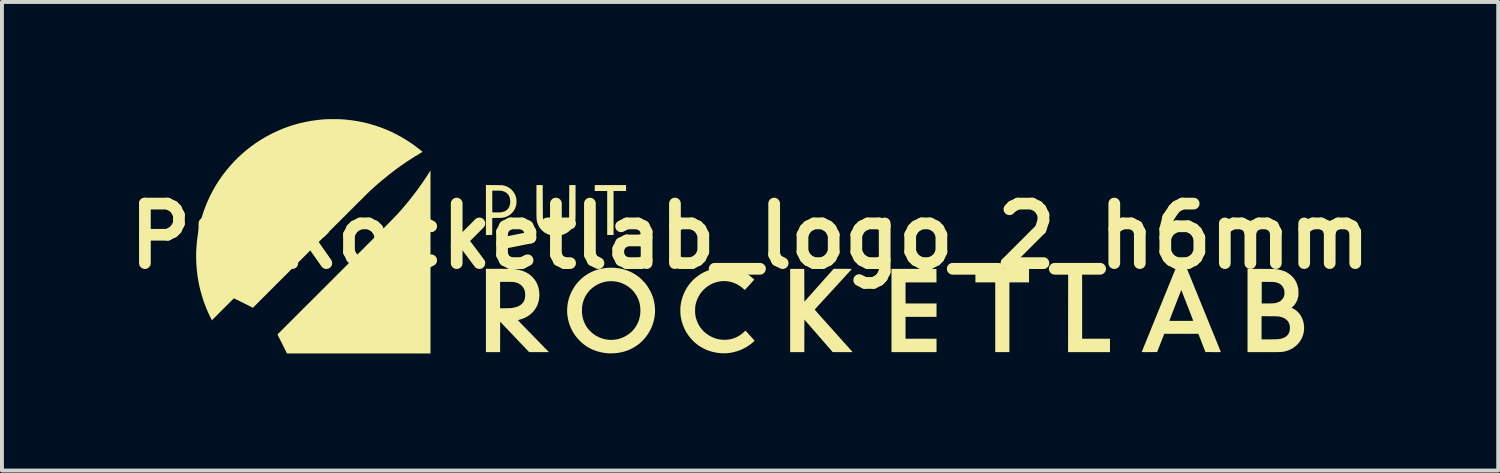
<source format=kicad_pcb>
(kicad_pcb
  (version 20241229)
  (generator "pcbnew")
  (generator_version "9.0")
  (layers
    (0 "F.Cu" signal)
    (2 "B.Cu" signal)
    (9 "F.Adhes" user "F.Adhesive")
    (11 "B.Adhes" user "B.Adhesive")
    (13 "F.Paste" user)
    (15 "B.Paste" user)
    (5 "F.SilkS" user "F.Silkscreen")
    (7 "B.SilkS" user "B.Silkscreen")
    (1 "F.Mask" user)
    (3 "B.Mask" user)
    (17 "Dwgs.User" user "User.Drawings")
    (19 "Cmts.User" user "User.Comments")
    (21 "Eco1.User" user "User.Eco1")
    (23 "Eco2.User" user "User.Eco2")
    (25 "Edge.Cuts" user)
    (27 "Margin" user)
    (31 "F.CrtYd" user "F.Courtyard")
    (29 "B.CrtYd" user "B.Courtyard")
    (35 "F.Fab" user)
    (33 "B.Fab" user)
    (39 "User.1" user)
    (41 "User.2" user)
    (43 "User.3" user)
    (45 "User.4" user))
  (footprint "PutRocketlab_logo_2_h6mm"
    (layer "F.Cu")
    (at 16.154 2.997)
    (property "Reference" "PutRocketlab_logo_2_h6mm" (at 0 0 0) (layer "F.SilkS") (effects (font (size 1.524 1.524) (thickness 0.3))))
    (attr board_only exclude_from_pos_files exclude_from_bom)
    (fp_poly (pts (xy 8.502 2.625) (xy 9.215 2.625) (xy 9.215 2.968) (xy 8.142 2.968) (xy 8.144 0.838) (xy 8.323 0.837) (xy 8.502 0.836)) (stroke (width 0) (type solid)) (fill yes) (layer "F.SilkS"))
    (fp_poly (pts (xy 7.143 1.183) (xy 6.64 1.183) (xy 6.64 2.968) (xy 6.277 2.968) (xy 6.277 1.183) (xy 5.77 1.183) (xy 5.77 0.836) (xy 7.143 0.836)) (stroke (width 0) (type solid)) (fill yes) (layer "F.SilkS"))
    (fp_poly (pts (xy -3.175 -1.156) (xy -3.495 -1.156) (xy -3.495 -0.03) (xy -3.658 -0.03) (xy -3.658 -1.156) (xy -3.978 -1.156) (xy -3.977 -1.232) (xy -3.976 -1.308) (xy -3.576 -1.308) (xy -3.175 -1.309)) (stroke (width 0) (type solid)) (fill yes) (layer "F.SilkS"))
    (fp_poly (pts (xy 4.197 0.837) (xy 4.772 0.838) (xy 4.773 1.01) (xy 4.774 1.183) (xy 3.981 1.183) (xy 3.981 1.722) (xy 4.774 1.722) (xy 4.774 2.066) (xy 3.981 2.066) (xy 3.981 2.625) (xy 4.774 2.625) (xy 4.774 2.968) (xy 3.621 2.968) (xy 3.621 0.836)) (stroke (width 0) (type solid)) (fill yes) (layer "F.SilkS"))
    (fp_poly (pts (xy -8.182 3.002) (xy -11.857 3.002) (xy -11.978 2.759) (xy -12.1 2.516) (xy -10.639 1.056) (xy -10.537 0.954) (xy -10.439 0.856) (xy -10.346 0.763) (xy -10.258 0.674) (xy -10.173 0.59) (xy -10.093 0.51) (xy -10.017 0.433) (xy -9.944 0.361) (xy -9.876 0.292) (xy -9.811 0.227) (xy -9.749 0.166) (xy -9.691 0.108) (xy -9.637 0.053) (xy -9.586 0.002) (xy -9.537 -0.047) (xy -9.492 -0.092) (xy -9.45 -0.135) (xy -9.41 -0.174) (xy -9.373 -0.212) (xy -9.339 -0.246) (xy -9.306 -0.279) (xy -9.277 -0.309) (xy -9.249 -0.337) (xy -9.224 -0.363) (xy -9.2 -0.387) (xy -9.178 -0.409) (xy -9.158 -0.429) (xy -9.14 -0.448) (xy -9.123 -0.466) (xy -9.107 -0.482) (xy -9.093 -0.497) (xy -9.08 -0.51) (xy -9.068 -0.523) (xy -9.056 -0.535) (xy -9.046 -0.546) (xy -9.036 -0.557) (xy -9.027 -0.567) (xy -9.018 -0.576) (xy -9.011 -0.584) (xy -8.915 -0.692) (xy -8.819 -0.804) (xy -8.724 -0.92) (xy -8.631 -1.038) (xy -8.54 -1.158) (xy -8.452 -1.278) (xy -8.368 -1.398) (xy -8.288 -1.517) (xy -8.22 -1.624) (xy -8.182 -1.684)) (stroke (width 0) (type solid)) (fill yes) (layer "F.SilkS"))
    (fp_poly (pts (xy -6.557 -1.308) (xy -6.513 -1.308) (xy -6.475 -1.308) (xy -6.442 -1.307) (xy -6.414 -1.307) (xy -6.39 -1.306) (xy -6.37 -1.306) (xy -6.353 -1.304) (xy -6.339 -1.303) (xy -6.326 -1.302) (xy -6.315 -1.3) (xy -6.304 -1.297) (xy -6.293 -1.295) (xy -6.282 -1.291) (xy -6.27 -1.287) (xy -6.27 -1.287) (xy -6.222 -1.269) (xy -6.177 -1.245) (xy -6.136 -1.216) (xy -6.099 -1.182) (xy -6.066 -1.144) (xy -6.037 -1.102) (xy -6.014 -1.057) (xy -5.996 -1.008) (xy -5.985 -0.961) (xy -5.982 -0.937) (xy -5.98 -0.908) (xy -5.98 -0.878) (xy -5.981 -0.848) (xy -5.984 -0.822) (xy -5.985 -0.811) (xy -5.997 -0.761) (xy -6.015 -0.713) (xy -6.039 -0.669) (xy -6.067 -0.627) (xy -6.101 -0.59) (xy -6.138 -0.556) (xy -6.179 -0.528) (xy -6.223 -0.505) (xy -6.265 -0.489) (xy -6.281 -0.484) (xy -6.294 -0.48) (xy -6.307 -0.477) (xy -6.319 -0.474) (xy -6.333 -0.472) (xy -6.347 -0.471) (xy -6.365 -0.47) (xy -6.385 -0.469) (xy -6.41 -0.468) (xy -6.44 -0.468) (xy -6.471 -0.467) (xy -6.6 -0.466) (xy -6.602 -0.032) (xy -6.682 -0.031) (xy -6.763 -0.03) (xy -6.763 -0.61) (xy -6.6 -0.61) (xy -6.521 -0.609) (xy -6.487 -0.609) (xy -6.459 -0.608) (xy -6.435 -0.609) (xy -6.415 -0.609) (xy -6.399 -0.61) (xy -6.384 -0.612) (xy -6.37 -0.614) (xy -6.355 -0.616) (xy -6.352 -0.617) (xy -6.312 -0.627) (xy -6.276 -0.641) (xy -6.246 -0.658) (xy -6.218 -0.68) (xy -6.208 -0.691) (xy -6.19 -0.711) (xy -6.177 -0.732) (xy -6.166 -0.755) (xy -6.157 -0.778) (xy -6.147 -0.816) (xy -6.142 -0.856) (xy -6.141 -0.897) (xy -6.145 -0.939) (xy -6.152 -0.978) (xy -6.164 -1.015) (xy -6.178 -1.043) (xy -6.189 -1.06) (xy -6.205 -1.078) (xy -6.223 -1.096) (xy -6.243 -1.112) (xy -6.261 -1.125) (xy -6.27 -1.13) (xy -6.289 -1.139) (xy -6.308 -1.146) (xy -6.326 -1.152) (xy -6.346 -1.157) (xy -6.367 -1.161) (xy -6.391 -1.163) (xy -6.419 -1.165) (xy -6.452 -1.166) (xy -6.49 -1.166) (xy -6.499 -1.166) (xy -6.6 -1.166) (xy -6.6 -0.61) (xy -6.763 -0.61) (xy -6.763 -1.31)) (stroke (width 0) (type solid)) (fill yes) (layer "F.SilkS"))
    (fp_poly (pts (xy 1.207 0.837) (xy 1.388 0.838) (xy 1.389 1.257) (xy 1.391 1.677) (xy 1.765 1.256) (xy 2.14 0.836) (xy 2.373 0.836) (xy 2.419 0.836) (xy 2.458 0.836) (xy 2.492 0.836) (xy 2.52 0.837) (xy 2.543 0.837) (xy 2.562 0.837) (xy 2.577 0.837) (xy 2.588 0.838) (xy 2.596 0.838) (xy 2.601 0.839) (xy 2.603 0.84) (xy 2.604 0.841) (xy 2.604 0.841) (xy 2.602 0.844) (xy 2.595 0.851) (xy 2.584 0.863) (xy 2.57 0.88) (xy 2.551 0.9) (xy 2.53 0.924) (xy 2.504 0.951) (xy 2.476 0.982) (xy 2.445 1.016) (xy 2.412 1.053) (xy 2.376 1.092) (xy 2.338 1.133) (xy 2.298 1.177) (xy 2.256 1.223) (xy 2.212 1.27) (xy 2.167 1.319) (xy 2.132 1.358) (xy 2.086 1.408) (xy 2.041 1.457) (xy 1.998 1.504) (xy 1.956 1.549) (xy 1.916 1.593) (xy 1.879 1.634) (xy 1.843 1.673) (xy 1.81 1.709) (xy 1.779 1.742) (xy 1.752 1.772) (xy 1.727 1.799) (xy 1.706 1.822) (xy 1.688 1.841) (xy 1.674 1.857) (xy 1.664 1.868) (xy 1.658 1.874) (xy 1.656 1.876) (xy 1.656 1.877) (xy 1.657 1.879) (xy 1.659 1.883) (xy 1.663 1.887) (xy 1.667 1.894) (xy 1.674 1.901) (xy 1.682 1.911) (xy 1.692 1.923) (xy 1.705 1.937) (xy 1.719 1.954) (xy 1.736 1.974) (xy 1.756 1.996) (xy 1.778 2.021) (xy 1.804 2.05) (xy 1.833 2.082) (xy 1.864 2.118) (xy 1.9 2.157) (xy 1.939 2.201) (xy 1.981 2.248) (xy 2.028 2.3) (xy 2.079 2.357) (xy 2.134 2.418) (xy 2.139 2.424) (xy 2.185 2.475) (xy 2.23 2.525) (xy 2.274 2.574) (xy 2.316 2.621) (xy 2.356 2.666) (xy 2.394 2.708) (xy 2.43 2.748) (xy 2.464 2.786) (xy 2.495 2.821) (xy 2.523 2.852) (xy 2.548 2.88) (xy 2.57 2.905) (xy 2.589 2.926) (xy 2.604 2.943) (xy 2.615 2.955) (xy 2.622 2.963) (xy 2.625 2.967) (xy 2.625 2.967) (xy 2.622 2.967) (xy 2.613 2.967) (xy 2.598 2.968) (xy 2.577 2.968) (xy 2.553 2.968) (xy 2.524 2.968) (xy 2.491 2.968) (xy 2.456 2.968) (xy 2.417 2.968) (xy 2.377 2.968) (xy 2.371 2.968) (xy 2.117 2.968) (xy 1.754 2.552) (xy 1.391 2.136) (xy 1.389 2.968) (xy 1.026 2.968) (xy 1.026 0.836)) (stroke (width 0) (type solid)) (fill yes) (layer "F.SilkS"))
    (fp_poly (pts (xy -6.452 0.836) (xy -6.389 0.836) (xy -6.333 0.836) (xy -6.282 0.837) (xy -6.236 0.837) (xy -6.196 0.837) (xy -6.16 0.838) (xy -6.128 0.839) (xy -6.1 0.839) (xy -6.075 0.84) (xy -6.053 0.841) (xy -6.033 0.843) (xy -6.016 0.844) (xy -6 0.846) (xy -5.986 0.848) (xy -5.974 0.85) (xy -5.903 0.864) (xy -5.836 0.884) (xy -5.773 0.908) (xy -5.714 0.938) (xy -5.659 0.972) (xy -5.609 1.011) (xy -5.564 1.054) (xy -5.523 1.102) (xy -5.487 1.155) (xy -5.461 1.201) (xy -5.437 1.256) (xy -5.419 1.314) (xy -5.405 1.375) (xy -5.397 1.437) (xy -5.394 1.501) (xy -5.397 1.565) (xy -5.405 1.628) (xy -5.409 1.647) (xy -5.419 1.689) (xy -5.432 1.729) (xy -5.448 1.769) (xy -5.457 1.789) (xy -5.488 1.846) (xy -5.524 1.898) (xy -5.565 1.947) (xy -5.611 1.99) (xy -5.662 2.03) (xy -5.716 2.064) (xy -5.775 2.094) (xy -5.838 2.119) (xy -5.895 2.135) (xy -5.912 2.14) (xy -5.927 2.144) (xy -5.938 2.147) (xy -5.944 2.149) (xy -5.946 2.15) (xy -5.943 2.152) (xy -5.937 2.159) (xy -5.926 2.17) (xy -5.912 2.185) (xy -5.894 2.204) (xy -5.873 2.226) (xy -5.849 2.251) (xy -5.822 2.279) (xy -5.793 2.309) (xy -5.761 2.341) (xy -5.728 2.375) (xy -5.694 2.411) (xy -5.658 2.448) (xy -5.621 2.485) (xy -5.583 2.524) (xy -5.546 2.563) (xy -5.507 2.602) (xy -5.47 2.641) (xy -5.432 2.679) (xy -5.395 2.717) (xy -5.36 2.754) (xy -5.325 2.789) (xy -5.293 2.822) (xy -5.262 2.854) (xy -5.233 2.883) (xy -5.206 2.91) (xy -5.183 2.934) (xy -5.181 2.936) (xy -5.149 2.968) (xy -5.657 2.968) (xy -6.398 2.189) (xy -6.4 2.968) (xy -6.763 2.968) (xy -6.763 1.169) (xy -6.4 1.169) (xy -6.4 1.846) (xy -6.266 1.845) (xy -6.235 1.844) (xy -6.206 1.844) (xy -6.179 1.843) (xy -6.155 1.842) (xy -6.134 1.841) (xy -6.118 1.84) (xy -6.108 1.84) (xy -6.107 1.839) (xy -6.052 1.83) (xy -6.002 1.818) (xy -5.958 1.804) (xy -5.919 1.787) (xy -5.885 1.767) (xy -5.855 1.744) (xy -5.835 1.725) (xy -5.81 1.695) (xy -5.79 1.663) (xy -5.775 1.628) (xy -5.765 1.59) (xy -5.759 1.548) (xy -5.757 1.505) (xy -5.76 1.455) (xy -5.767 1.41) (xy -5.78 1.368) (xy -5.798 1.33) (xy -5.822 1.296) (xy -5.837 1.279) (xy -5.869 1.248) (xy -5.904 1.224) (xy -5.943 1.203) (xy -5.986 1.188) (xy -6.034 1.177) (xy -6.049 1.174) (xy -6.058 1.173) (xy -6.07 1.172) (xy -6.084 1.171) (xy -6.102 1.171) (xy -6.123 1.17) (xy -6.148 1.17) (xy -6.179 1.17) (xy -6.215 1.169) (xy -6.241 1.169) (xy -6.4 1.169) (xy -6.763 1.169) (xy -6.763 0.836)) (stroke (width 0) (type solid)) (fill yes) (layer "F.SilkS"))
    (fp_poly (pts (xy -10.666 -2.997) (xy -10.622 -2.997) (xy -10.584 -2.996) (xy -10.55 -2.996) (xy -10.52 -2.995) (xy -10.491 -2.994) (xy -10.464 -2.993) (xy -10.437 -2.991) (xy -10.409 -2.989) (xy -10.378 -2.987) (xy -10.344 -2.984) (xy -10.338 -2.983) (xy -10.187 -2.966) (xy -10.037 -2.942) (xy -9.888 -2.912) (xy -9.741 -2.875) (xy -9.596 -2.832) (xy -9.453 -2.783) (xy -9.312 -2.728) (xy -9.174 -2.667) (xy -9.039 -2.599) (xy -8.906 -2.526) (xy -8.776 -2.447) (xy -8.65 -2.363) (xy -8.569 -2.304) (xy -8.537 -2.28) (xy -8.505 -2.256) (xy -8.475 -2.233) (xy -8.447 -2.21) (xy -8.423 -2.19) (xy -8.406 -2.176) (xy -8.385 -2.158) (xy -8.428 -2.133) (xy -8.598 -2.03) (xy -8.767 -1.922) (xy -8.933 -1.808) (xy -9.098 -1.688) (xy -9.261 -1.562) (xy -9.423 -1.43) (xy -9.584 -1.292) (xy -9.72 -1.17) (xy -9.726 -1.164) (xy -9.736 -1.154) (xy -9.751 -1.139) (xy -9.771 -1.12) (xy -9.794 -1.097) (xy -9.822 -1.07) (xy -9.853 -1.039) (xy -9.888 -1.004) (xy -9.927 -0.965) (xy -9.969 -0.923) (xy -10.015 -0.878) (xy -10.064 -0.829) (xy -10.116 -0.777) (xy -10.171 -0.722) (xy -10.229 -0.665) (xy -10.29 -0.604) (xy -10.353 -0.541) (xy -10.418 -0.476) (xy -10.486 -0.408) (xy -10.556 -0.338) (xy -10.629 -0.266) (xy -10.703 -0.192) (xy -10.778 -0.117) (xy -10.856 -0.039) (xy -10.935 0.04) (xy -11.015 0.12) (xy -11.097 0.201) (xy -11.179 0.284) (xy -11.256 0.361) (xy -12.729 1.833) (xy -12.972 1.711) (xy -13.215 1.59) (xy -13.497 1.871) (xy -13.779 2.153) (xy -13.794 2.123) (xy -13.839 2.033) (xy -13.883 1.937) (xy -13.925 1.838) (xy -13.964 1.736) (xy -14.001 1.633) (xy -14.01 1.604) (xy -14.054 1.459) (xy -14.092 1.312) (xy -14.123 1.165) (xy -14.147 1.017) (xy -14.165 0.867) (xy -14.177 0.718) (xy -14.182 0.568) (xy -14.182 0.419) (xy -14.174 0.27) (xy -14.161 0.121) (xy -14.141 -0.028) (xy -14.115 -0.175) (xy -14.082 -0.321) (xy -14.044 -0.466) (xy -13.999 -0.609) (xy -13.948 -0.75) (xy -13.891 -0.89) (xy -13.827 -1.027) (xy -13.758 -1.162) (xy -13.751 -1.175) (xy -13.676 -1.305) (xy -13.595 -1.432) (xy -13.509 -1.555) (xy -13.417 -1.675) (xy -13.32 -1.791) (xy -13.219 -1.902) (xy -13.113 -2.01) (xy -13.002 -2.112) (xy -12.888 -2.21) (xy -12.769 -2.302) (xy -12.76 -2.309) (xy -12.635 -2.398) (xy -12.507 -2.48) (xy -12.375 -2.557) (xy -12.241 -2.628) (xy -12.104 -2.693) (xy -11.965 -2.752) (xy -11.823 -2.804) (xy -11.679 -2.851) (xy -11.533 -2.891) (xy -11.385 -2.925) (xy -11.235 -2.953) (xy -11.084 -2.974) (xy -10.998 -2.983) (xy -10.963 -2.986) (xy -10.931 -2.989) (xy -10.902 -2.991) (xy -10.874 -2.993) (xy -10.846 -2.994) (xy -10.817 -2.995) (xy -10.786 -2.996) (xy -10.752 -2.996) (xy -10.714 -2.997) (xy -10.67 -2.997)) (stroke (width 0) (type solid)) (fill yes) (layer "F.SilkS"))
    (fp_poly (pts (xy -4.468 -0.881) (xy -4.468 -0.817) (xy -4.468 -0.76) (xy -4.468 -0.709) (xy -4.468 -0.663) (xy -4.468 -0.623) (xy -4.468 -0.587) (xy -4.468 -0.556) (xy -4.468 -0.529) (xy -4.469 -0.506) (xy -4.469 -0.486) (xy -4.469 -0.47) (xy -4.47 -0.456) (xy -4.47 -0.444) (xy -4.471 -0.435) (xy -4.472 -0.427) (xy -4.472 -0.421) (xy -4.473 -0.418) (xy -4.484 -0.362) (xy -4.501 -0.31) (xy -4.524 -0.261) (xy -4.552 -0.215) (xy -4.585 -0.174) (xy -4.622 -0.136) (xy -4.664 -0.103) (xy -4.71 -0.074) (xy -4.76 -0.051) (xy -4.813 -0.032) (xy -4.87 -0.019) (xy -4.906 -0.013) (xy -4.934 -0.011) (xy -4.967 -0.01) (xy -5 -0.011) (xy -5.031 -0.013) (xy -5.048 -0.015) (xy -5.106 -0.026) (xy -5.161 -0.044) (xy -5.214 -0.067) (xy -5.264 -0.096) (xy -5.281 -0.109) (xy -5.301 -0.125) (xy -5.321 -0.144) (xy -5.342 -0.165) (xy -5.36 -0.185) (xy -5.376 -0.203) (xy -5.386 -0.217) (xy -5.414 -0.265) (xy -5.437 -0.316) (xy -5.454 -0.369) (xy -5.459 -0.391) (xy -5.46 -0.4) (xy -5.462 -0.41) (xy -5.463 -0.42) (xy -5.465 -0.431) (xy -5.466 -0.444) (xy -5.467 -0.459) (xy -5.467 -0.477) (xy -5.468 -0.497) (xy -5.469 -0.52) (xy -5.469 -0.546) (xy -5.469 -0.577) (xy -5.47 -0.611) (xy -5.47 -0.65) (xy -5.47 -0.694) (xy -5.47 -0.744) (xy -5.47 -0.798) (xy -5.47 -0.859) (xy -5.47 -0.906) (xy -5.469 -1.308) (xy -5.309 -1.308) (xy -5.307 -0.886) (xy -5.307 -0.824) (xy -5.307 -0.768) (xy -5.306 -0.718) (xy -5.306 -0.674) (xy -5.306 -0.635) (xy -5.305 -0.6) (xy -5.305 -0.571) (xy -5.305 -0.545) (xy -5.305 -0.523) (xy -5.304 -0.505) (xy -5.304 -0.49) (xy -5.303 -0.477) (xy -5.303 -0.467) (xy -5.302 -0.459) (xy -5.302 -0.453) (xy -5.301 -0.448) (xy -5.3 -0.443) (xy -5.3 -0.442) (xy -5.29 -0.405) (xy -5.279 -0.373) (xy -5.267 -0.345) (xy -5.253 -0.319) (xy -5.243 -0.303) (xy -5.216 -0.267) (xy -5.184 -0.235) (xy -5.149 -0.21) (xy -5.109 -0.189) (xy -5.066 -0.174) (xy -5.046 -0.17) (xy -5.022 -0.166) (xy -4.994 -0.164) (xy -4.964 -0.163) (xy -4.935 -0.164) (xy -4.909 -0.167) (xy -4.897 -0.168) (xy -4.852 -0.18) (xy -4.811 -0.197) (xy -4.773 -0.22) (xy -4.74 -0.248) (xy -4.71 -0.281) (xy -4.684 -0.319) (xy -4.663 -0.362) (xy -4.647 -0.409) (xy -4.64 -0.435) (xy -4.639 -0.439) (xy -4.638 -0.444) (xy -4.637 -0.449) (xy -4.636 -0.454) (xy -4.636 -0.461) (xy -4.635 -0.469) (xy -4.635 -0.479) (xy -4.634 -0.492) (xy -4.634 -0.507) (xy -4.633 -0.525) (xy -4.633 -0.546) (xy -4.633 -0.571) (xy -4.632 -0.599) (xy -4.632 -0.633) (xy -4.632 -0.671) (xy -4.632 -0.714) (xy -4.632 -0.763) (xy -4.631 -0.818) (xy -4.631 -0.879) (xy -4.631 -0.886) (xy -4.629 -1.308) (xy -4.548 -1.309) (xy -4.468 -1.309)) (stroke (width 0) (type solid)) (fill yes) (layer "F.SilkS"))
    (fp_poly (pts (xy -3.47 0.81) (xy -3.381 0.819) (xy -3.295 0.834) (xy -3.213 0.855) (xy -3.134 0.882) (xy -3.057 0.915) (xy -2.984 0.953) (xy -2.912 0.998) (xy -2.852 1.041) (xy -2.832 1.058) (xy -2.808 1.079) (xy -2.783 1.102) (xy -2.757 1.127) (xy -2.732 1.153) (xy -2.709 1.178) (xy -2.688 1.202) (xy -2.671 1.222) (xy -2.67 1.223) (xy -2.628 1.282) (xy -2.588 1.345) (xy -2.552 1.411) (xy -2.52 1.477) (xy -2.494 1.544) (xy -2.476 1.6) (xy -2.455 1.683) (xy -2.441 1.767) (xy -2.434 1.851) (xy -2.433 1.935) (xy -2.438 2.018) (xy -2.451 2.101) (xy -2.469 2.183) (xy -2.484 2.232) (xy -2.513 2.313) (xy -2.548 2.391) (xy -2.589 2.464) (xy -2.634 2.534) (xy -2.684 2.6) (xy -2.739 2.662) (xy -2.798 2.719) (xy -2.861 2.772) (xy -2.929 2.819) (xy -2.999 2.862) (xy -3.073 2.899) (xy -3.151 2.931) (xy -3.231 2.956) (xy -3.314 2.976) (xy -3.332 2.98) (xy -3.372 2.986) (xy -3.416 2.992) (xy -3.462 2.996) (xy -3.509 2.999) (xy -3.553 3) (xy -3.593 3) (xy -3.61 3) (xy -3.7 2.992) (xy -3.787 2.979) (xy -3.871 2.96) (xy -3.953 2.935) (xy -4.031 2.904) (xy -4.106 2.868) (xy -4.178 2.826) (xy -4.246 2.779) (xy -4.311 2.726) (xy -4.371 2.668) (xy -4.427 2.606) (xy -4.48 2.538) (xy -4.501 2.507) (xy -4.545 2.435) (xy -4.583 2.36) (xy -4.615 2.283) (xy -4.641 2.204) (xy -4.661 2.123) (xy -4.675 2.042) (xy -4.683 1.96) (xy -4.683 1.921) (xy -4.304 1.921) (xy -4.304 1.952) (xy -4.302 1.979) (xy -4.301 1.986) (xy -4.291 2.057) (xy -4.274 2.125) (xy -4.252 2.19) (xy -4.224 2.253) (xy -4.19 2.312) (xy -4.151 2.367) (xy -4.106 2.419) (xy -4.057 2.466) (xy -4.003 2.51) (xy -3.944 2.548) (xy -3.908 2.568) (xy -3.861 2.591) (xy -3.813 2.61) (xy -3.764 2.626) (xy -3.713 2.638) (xy -3.657 2.648) (xy -3.62 2.653) (xy -3.605 2.654) (xy -3.586 2.655) (xy -3.564 2.655) (xy -3.539 2.654) (xy -3.515 2.653) (xy -3.493 2.652) (xy -3.474 2.651) (xy -3.471 2.65) (xy -3.405 2.64) (xy -3.342 2.624) (xy -3.281 2.603) (xy -3.223 2.577) (xy -3.161 2.543) (xy -3.103 2.504) (xy -3.049 2.461) (xy -3.001 2.413) (xy -2.957 2.361) (xy -2.919 2.305) (xy -2.886 2.246) (xy -2.858 2.183) (xy -2.836 2.117) (xy -2.821 2.049) (xy -2.812 1.986) (xy -2.81 1.961) (xy -2.809 1.932) (xy -2.809 1.9) (xy -2.81 1.867) (xy -2.811 1.835) (xy -2.814 1.805) (xy -2.817 1.78) (xy -2.818 1.771) (xy -2.827 1.726) (xy -2.837 1.686) (xy -2.849 1.647) (xy -2.864 1.609) (xy -2.882 1.57) (xy -2.883 1.568) (xy -2.917 1.506) (xy -2.956 1.449) (xy -2.999 1.396) (xy -3.048 1.348) (xy -3.101 1.304) (xy -3.133 1.281) (xy -3.196 1.244) (xy -3.26 1.213) (xy -3.326 1.188) (xy -3.393 1.17) (xy -3.462 1.158) (xy -3.532 1.152) (xy -3.602 1.153) (xy -3.674 1.161) (xy -3.721 1.17) (xy -3.785 1.187) (xy -3.848 1.21) (xy -3.909 1.239) (xy -3.967 1.273) (xy -4.023 1.312) (xy -4.074 1.356) (xy -4.093 1.374) (xy -4.14 1.426) (xy -4.181 1.48) (xy -4.216 1.538) (xy -4.245 1.6) (xy -4.269 1.664) (xy -4.287 1.733) (xy -4.295 1.771) (xy -4.298 1.795) (xy -4.301 1.823) (xy -4.303 1.855) (xy -4.304 1.889) (xy -4.304 1.921) (xy -4.683 1.921) (xy -4.684 1.878) (xy -4.679 1.796) (xy -4.667 1.714) (xy -4.659 1.673) (xy -4.637 1.59) (xy -4.609 1.509) (xy -4.575 1.431) (xy -4.535 1.355) (xy -4.489 1.282) (xy -4.436 1.211) (xy -4.435 1.21) (xy -4.417 1.189) (xy -4.396 1.165) (xy -4.372 1.14) (xy -4.346 1.115) (xy -4.321 1.091) (xy -4.297 1.069) (xy -4.278 1.053) (xy -4.229 1.016) (xy -4.175 0.98) (xy -4.119 0.946) (xy -4.062 0.917) (xy -4.01 0.893) (xy -3.937 0.866) (xy -3.859 0.844) (xy -3.779 0.827) (xy -3.698 0.815) (xy -3.615 0.808) (xy -3.533 0.807)) (stroke (width 0) (type solid)) (fill yes) (layer "F.SilkS"))
    (fp_poly (pts (xy -0.65 0.807) (xy -0.612 0.808) (xy -0.576 0.809) (xy -0.543 0.812) (xy -0.514 0.815) (xy -0.505 0.816) (xy -0.423 0.832) (xy -0.343 0.852) (xy -0.265 0.878) (xy -0.191 0.908) (xy -0.12 0.943) (xy -0.054 0.982) (xy 0.004 1.022) (xy 0.016 1.032) (xy 0.03 1.043) (xy 0.045 1.056) (xy 0.06 1.068) (xy 0.074 1.081) (xy 0.087 1.093) (xy 0.097 1.102) (xy 0.104 1.109) (xy 0.107 1.112) (xy 0.107 1.112) (xy 0.104 1.115) (xy 0.098 1.122) (xy 0.089 1.133) (xy 0.076 1.148) (xy 0.061 1.164) (xy 0.043 1.183) (xy 0.025 1.204) (xy 0.005 1.226) (xy -0.015 1.248) (xy -0.035 1.27) (xy -0.055 1.291) (xy -0.073 1.311) (xy -0.09 1.329) (xy -0.105 1.345) (xy -0.117 1.359) (xy -0.126 1.368) (xy -0.132 1.374) (xy -0.134 1.375) (xy -0.137 1.374) (xy -0.144 1.368) (xy -0.154 1.36) (xy -0.164 1.352) (xy -0.221 1.304) (xy -0.279 1.264) (xy -0.339 1.229) (xy -0.401 1.201) (xy -0.465 1.179) (xy -0.532 1.162) (xy -0.598 1.152) (xy -0.624 1.151) (xy -0.653 1.15) (xy -0.686 1.151) (xy -0.719 1.152) (xy -0.75 1.155) (xy -0.773 1.158) (xy -0.841 1.172) (xy -0.906 1.191) (xy -0.969 1.217) (xy -1.03 1.248) (xy -1.087 1.284) (xy -1.14 1.325) (xy -1.19 1.371) (xy -1.235 1.421) (xy -1.276 1.475) (xy -1.312 1.533) (xy -1.343 1.594) (xy -1.368 1.658) (xy -1.385 1.714) (xy -1.393 1.745) (xy -1.399 1.774) (xy -1.403 1.802) (xy -1.405 1.83) (xy -1.407 1.862) (xy -1.407 1.898) (xy -1.407 1.904) (xy -1.407 1.94) (xy -1.406 1.971) (xy -1.403 2) (xy -1.4 2.027) (xy -1.394 2.055) (xy -1.387 2.086) (xy -1.384 2.098) (xy -1.364 2.162) (xy -1.338 2.225) (xy -1.307 2.284) (xy -1.27 2.34) (xy -1.228 2.393) (xy -1.181 2.442) (xy -1.13 2.486) (xy -1.074 2.526) (xy -1.015 2.562) (xy -0.952 2.592) (xy -0.887 2.617) (xy -0.883 2.618) (xy -0.833 2.633) (xy -0.786 2.643) (xy -0.737 2.649) (xy -0.686 2.652) (xy -0.658 2.653) (xy -0.591 2.65) (xy -0.528 2.643) (xy -0.467 2.63) (xy -0.409 2.612) (xy -0.353 2.588) (xy -0.348 2.586) (xy -0.313 2.568) (xy -0.28 2.549) (xy -0.249 2.529) (xy -0.218 2.506) (xy -0.185 2.479) (xy -0.158 2.455) (xy -0.145 2.443) (xy -0.133 2.433) (xy -0.124 2.425) (xy -0.118 2.42) (xy -0.117 2.419) (xy -0.114 2.422) (xy -0.107 2.428) (xy -0.097 2.439) (xy -0.084 2.454) (xy -0.067 2.471) (xy -0.049 2.491) (xy -0.029 2.514) (xy -0.007 2.538) (xy 0.002 2.548) (xy 0.117 2.677) (xy 0.091 2.701) (xy 0.03 2.754) (xy -0.036 2.802) (xy -0.106 2.846) (xy -0.179 2.884) (xy -0.256 2.918) (xy -0.335 2.946) (xy -0.415 2.968) (xy -0.497 2.985) (xy -0.576 2.995) (xy -0.592 2.996) (xy -0.612 2.997) (xy -0.635 2.997) (xy -0.659 2.998) (xy -0.683 2.998) (xy -0.706 2.998) (xy -0.725 2.997) (xy -0.74 2.996) (xy -0.743 2.996) (xy -0.751 2.995) (xy -0.764 2.994) (xy -0.779 2.993) (xy -0.793 2.991) (xy -0.835 2.986) (xy -0.88 2.979) (xy -0.926 2.97) (xy -0.966 2.96) (xy -1.048 2.936) (xy -1.127 2.905) (xy -1.203 2.869) (xy -1.275 2.827) (xy -1.344 2.78) (xy -1.41 2.727) (xy -1.471 2.669) (xy -1.528 2.606) (xy -1.581 2.538) (xy -1.627 2.468) (xy -1.668 2.394) (xy -1.703 2.317) (xy -1.732 2.237) (xy -1.756 2.155) (xy -1.773 2.071) (xy -1.776 2.054) (xy -1.779 2.029) (xy -1.782 1.999) (xy -1.783 1.966) (xy -1.785 1.931) (xy -1.785 1.896) (xy -1.785 1.863) (xy -1.784 1.833) (xy -1.783 1.808) (xy -1.783 1.807) (xy -1.771 1.722) (xy -1.753 1.639) (xy -1.729 1.558) (xy -1.7 1.479) (xy -1.665 1.404) (xy -1.624 1.331) (xy -1.578 1.262) (xy -1.528 1.197) (xy -1.472 1.135) (xy -1.412 1.078) (xy -1.348 1.026) (xy -1.279 0.978) (xy -1.214 0.94) (xy -1.14 0.904) (xy -1.063 0.873) (xy -0.983 0.848) (xy -0.9 0.828) (xy -0.813 0.814) (xy -0.785 0.811) (xy -0.757 0.809) (xy -0.724 0.807) (xy -0.687 0.807)) (stroke (width 0) (type solid)) (fill yes) (layer "F.SilkS"))
    (fp_poly (pts (xy 10.967 0.837) (xy 10.994 0.837) (xy 11.026 0.837) (xy 11.041 0.837) (xy 11.188 0.838) (xy 11.619 1.897) (xy 11.652 1.978) (xy 11.684 2.057) (xy 11.716 2.134) (xy 11.746 2.209) (xy 11.776 2.282) (xy 11.805 2.353) (xy 11.832 2.42) (xy 11.859 2.485) (xy 11.884 2.547) (xy 11.908 2.605) (xy 11.93 2.66) (xy 11.951 2.711) (xy 11.97 2.758) (xy 11.987 2.801) (xy 12.003 2.839) (xy 12.016 2.873) (xy 12.028 2.901) (xy 12.037 2.925) (xy 12.045 2.943) (xy 12.05 2.955) (xy 12.052 2.962) (xy 12.053 2.963) (xy 12.053 2.964) (xy 12.052 2.965) (xy 12.05 2.966) (xy 12.045 2.966) (xy 12.039 2.967) (xy 12.029 2.967) (xy 12.016 2.968) (xy 11.999 2.968) (xy 11.978 2.968) (xy 11.952 2.968) (xy 11.92 2.968) (xy 11.883 2.968) (xy 11.857 2.968) (xy 11.66 2.967) (xy 11.569 2.734) (xy 11.478 2.5) (xy 10.604 2.5) (xy 10.513 2.734) (xy 10.422 2.967) (xy 10.225 2.968) (xy 10.183 2.968) (xy 10.148 2.968) (xy 10.119 2.968) (xy 10.095 2.968) (xy 10.075 2.968) (xy 10.06 2.968) (xy 10.048 2.967) (xy 10.04 2.967) (xy 10.034 2.966) (xy 10.031 2.965) (xy 10.029 2.965) (xy 10.029 2.963) (xy 10.029 2.963) (xy 10.03 2.959) (xy 10.034 2.949) (xy 10.04 2.934) (xy 10.049 2.914) (xy 10.059 2.888) (xy 10.071 2.858) (xy 10.085 2.823) (xy 10.101 2.784) (xy 10.119 2.741) (xy 10.138 2.694) (xy 10.158 2.644) (xy 10.18 2.59) (xy 10.203 2.534) (xy 10.227 2.475) (xy 10.252 2.414) (xy 10.277 2.35) (xy 10.304 2.285) (xy 10.331 2.218) (xy 10.353 2.164) (xy 10.736 2.164) (xy 10.736 2.165) (xy 10.738 2.166) (xy 10.742 2.166) (xy 10.748 2.167) (xy 10.756 2.167) (xy 10.766 2.168) (xy 10.78 2.168) (xy 10.798 2.168) (xy 10.82 2.169) (xy 10.846 2.169) (xy 10.876 2.169) (xy 10.912 2.169) (xy 10.954 2.169) (xy 11.001 2.169) (xy 11.041 2.169) (xy 11.093 2.169) (xy 11.139 2.169) (xy 11.179 2.169) (xy 11.214 2.169) (xy 11.243 2.169) (xy 11.268 2.168) (xy 11.289 2.168) (xy 11.305 2.168) (xy 11.318 2.168) (xy 11.328 2.167) (xy 11.336 2.167) (xy 11.341 2.166) (xy 11.344 2.165) (xy 11.346 2.165) (xy 11.346 2.164) (xy 11.346 2.163) (xy 11.342 2.154) (xy 11.337 2.139) (xy 11.329 2.12) (xy 11.32 2.096) (xy 11.309 2.068) (xy 11.297 2.037) (xy 11.284 2.003) (xy 11.27 1.966) (xy 11.255 1.927) (xy 11.239 1.886) (xy 11.223 1.845) (xy 11.206 1.802) (xy 11.19 1.759) (xy 11.173 1.716) (xy 11.157 1.674) (xy 11.141 1.633) (xy 11.125 1.594) (xy 11.111 1.556) (xy 11.097 1.521) (xy 11.084 1.488) (xy 11.073 1.459) (xy 11.063 1.434) (xy 11.055 1.413) (xy 11.048 1.396) (xy 11.044 1.385) (xy 11.041 1.379) (xy 11.041 1.379) (xy 11.04 1.381) (xy 11.036 1.39) (xy 11.031 1.404) (xy 11.023 1.423) (xy 11.014 1.446) (xy 11.003 1.473) (xy 10.991 1.504) (xy 10.978 1.538) (xy 10.963 1.574) (xy 10.948 1.613) (xy 10.933 1.654) (xy 10.916 1.696) (xy 10.9 1.738) (xy 10.883 1.781) (xy 10.866 1.825) (xy 10.85 1.867) (xy 10.833 1.909) (xy 10.818 1.949) (xy 10.803 1.988) (xy 10.789 2.024) (xy 10.776 2.058) (xy 10.764 2.089) (xy 10.754 2.116) (xy 10.745 2.139) (xy 10.738 2.157) (xy 10.736 2.163) (xy 10.736 2.164) (xy 10.353 2.164) (xy 10.358 2.15) (xy 10.387 2.082) (xy 10.415 2.012) (xy 10.443 1.942) (xy 10.472 1.872) (xy 10.5 1.802) (xy 10.529 1.732) (xy 10.557 1.663) (xy 10.584 1.595) (xy 10.612 1.528) (xy 10.638 1.463) (xy 10.664 1.399) (xy 10.689 1.338) (xy 10.713 1.278) (xy 10.736 1.222) (xy 10.758 1.168) (xy 10.779 1.117) (xy 10.798 1.07) (xy 10.816 1.027) (xy 10.832 0.987) (xy 10.846 0.952) (xy 10.859 0.921) (xy 10.87 0.895) (xy 10.878 0.873) (xy 10.885 0.858) (xy 10.889 0.847) (xy 10.891 0.843) (xy 10.891 0.843) (xy 10.892 0.841) (xy 10.893 0.84) (xy 10.896 0.839) (xy 10.9 0.838) (xy 10.907 0.837) (xy 10.916 0.837) (xy 10.929 0.837) (xy 10.946 0.837)) (stroke (width 0) (type solid)) (fill yes) (layer "F.SilkS"))
    (fp_poly (pts (xy 13.076 0.837) (xy 13.134 0.838) (xy 13.186 0.838) (xy 13.232 0.838) (xy 13.273 0.838) (xy 13.31 0.839) (xy 13.341 0.839) (xy 13.369 0.84) (xy 13.394 0.841) (xy 13.415 0.841) (xy 13.434 0.842) (xy 13.451 0.843) (xy 13.466 0.845) (xy 13.48 0.846) (xy 13.493 0.848) (xy 13.506 0.85) (xy 13.519 0.852) (xy 13.532 0.855) (xy 13.54 0.856) (xy 13.605 0.872) (xy 13.667 0.892) (xy 13.724 0.917) (xy 13.777 0.948) (xy 13.826 0.983) (xy 13.862 1.014) (xy 13.904 1.058) (xy 13.94 1.104) (xy 13.971 1.154) (xy 13.996 1.207) (xy 14.017 1.264) (xy 14.032 1.322) (xy 14.035 1.336) (xy 14.037 1.348) (xy 14.038 1.36) (xy 14.039 1.373) (xy 14.04 1.387) (xy 14.041 1.405) (xy 14.041 1.428) (xy 14.041 1.444) (xy 14.041 1.47) (xy 14.041 1.491) (xy 14.04 1.507) (xy 14.039 1.521) (xy 14.038 1.532) (xy 14.036 1.543) (xy 14.034 1.554) (xy 14.033 1.559) (xy 14.018 1.613) (xy 13.999 1.662) (xy 13.974 1.708) (xy 13.945 1.751) (xy 13.909 1.791) (xy 13.897 1.803) (xy 13.864 1.834) (xy 13.892 1.847) (xy 13.94 1.873) (xy 13.984 1.904) (xy 14.025 1.94) (xy 14.061 1.98) (xy 14.093 2.024) (xy 14.121 2.072) (xy 14.144 2.122) (xy 14.162 2.176) (xy 14.175 2.232) (xy 14.183 2.289) (xy 14.186 2.349) (xy 14.183 2.409) (xy 14.174 2.469) (xy 14.172 2.476) (xy 14.157 2.536) (xy 14.136 2.593) (xy 14.108 2.647) (xy 14.076 2.698) (xy 14.038 2.746) (xy 13.996 2.789) (xy 13.949 2.829) (xy 13.898 2.865) (xy 13.844 2.896) (xy 13.785 2.921) (xy 13.724 2.942) (xy 13.694 2.95) (xy 13.683 2.952) (xy 13.673 2.955) (xy 13.662 2.957) (xy 13.652 2.959) (xy 13.641 2.96) (xy 13.629 2.962) (xy 13.616 2.963) (xy 13.601 2.964) (xy 13.585 2.965) (xy 13.565 2.966) (xy 13.543 2.967) (xy 13.518 2.967) (xy 13.489 2.968) (xy 13.457 2.968) (xy 13.42 2.968) (xy 13.378 2.968) (xy 13.331 2.968) (xy 13.278 2.968) (xy 13.22 2.968) (xy 13.156 2.968) (xy 12.737 2.968) (xy 12.737 2.048) (xy 13.096 2.048) (xy 13.096 2.642) (xy 13.259 2.642) (xy 13.294 2.642) (xy 13.328 2.642) (xy 13.362 2.641) (xy 13.393 2.641) (xy 13.422 2.64) (xy 13.447 2.64) (xy 13.466 2.639) (xy 13.478 2.639) (xy 13.525 2.635) (xy 13.566 2.63) (xy 13.603 2.622) (xy 13.637 2.612) (xy 13.669 2.6) (xy 13.681 2.594) (xy 13.717 2.573) (xy 13.747 2.548) (xy 13.772 2.52) (xy 13.792 2.487) (xy 13.807 2.45) (xy 13.817 2.409) (xy 13.822 2.369) (xy 13.822 2.324) (xy 13.816 2.283) (xy 13.804 2.243) (xy 13.789 2.207) (xy 13.78 2.193) (xy 13.771 2.179) (xy 13.759 2.165) (xy 13.745 2.151) (xy 13.719 2.128) (xy 13.693 2.109) (xy 13.664 2.093) (xy 13.631 2.079) (xy 13.595 2.068) (xy 13.553 2.059) (xy 13.538 2.057) (xy 13.53 2.056) (xy 13.521 2.055) (xy 13.51 2.054) (xy 13.496 2.053) (xy 13.48 2.052) (xy 13.461 2.052) (xy 13.437 2.051) (xy 13.409 2.051) (xy 13.376 2.05) (xy 13.338 2.05) (xy 13.301 2.05) (xy 13.096 2.048) (xy 12.737 2.048) (xy 12.737 1.169) (xy 13.1 1.169) (xy 13.1 1.722) (xy 13.224 1.722) (xy 13.254 1.722) (xy 13.285 1.722) (xy 13.314 1.722) (xy 13.341 1.721) (xy 13.364 1.72) (xy 13.382 1.72) (xy 13.393 1.719) (xy 13.433 1.715) (xy 13.468 1.708) (xy 13.501 1.698) (xy 13.534 1.685) (xy 13.543 1.68) (xy 13.56 1.672) (xy 13.573 1.664) (xy 13.585 1.656) (xy 13.596 1.646) (xy 13.61 1.632) (xy 13.611 1.631) (xy 13.635 1.605) (xy 13.653 1.578) (xy 13.666 1.55) (xy 13.676 1.518) (xy 13.676 1.517) (xy 13.68 1.503) (xy 13.681 1.491) (xy 13.682 1.478) (xy 13.682 1.462) (xy 13.682 1.443) (xy 13.68 1.414) (xy 13.677 1.391) (xy 13.672 1.37) (xy 13.665 1.349) (xy 13.656 1.327) (xy 13.654 1.324) (xy 13.636 1.291) (xy 13.614 1.263) (xy 13.588 1.239) (xy 13.558 1.218) (xy 13.523 1.201) (xy 13.482 1.187) (xy 13.44 1.177) (xy 13.432 1.176) (xy 13.422 1.175) (xy 13.411 1.174) (xy 13.397 1.173) (xy 13.38 1.172) (xy 13.358 1.172) (xy 13.332 1.171) (xy 13.301 1.171) (xy 13.265 1.17) (xy 13.256 1.17) (xy 13.1 1.169) (xy 12.737 1.169) (xy 12.737 0.836)) (stroke (width 0) (type solid)) (fill yes) (layer "F.SilkS")))
  (gr_rect
    (start -3 -3)
    (end 35.309 8.998)
    (stroke (width 0.1) (type default))
    (fill no)
    (layer "Edge.Cuts")))
</source>
